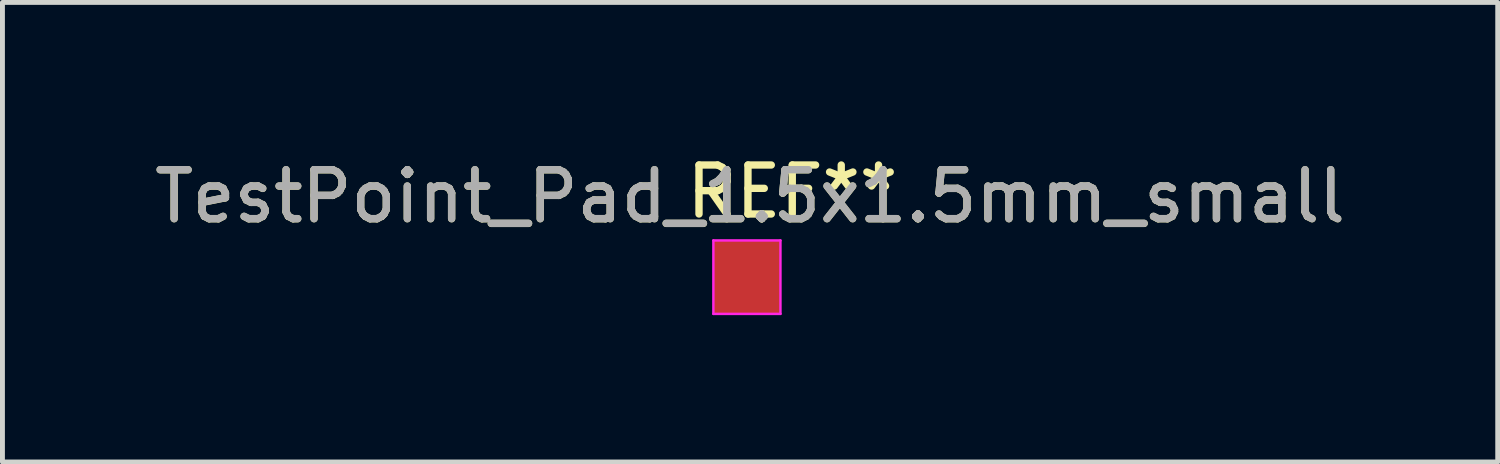
<source format=kicad_pcb>
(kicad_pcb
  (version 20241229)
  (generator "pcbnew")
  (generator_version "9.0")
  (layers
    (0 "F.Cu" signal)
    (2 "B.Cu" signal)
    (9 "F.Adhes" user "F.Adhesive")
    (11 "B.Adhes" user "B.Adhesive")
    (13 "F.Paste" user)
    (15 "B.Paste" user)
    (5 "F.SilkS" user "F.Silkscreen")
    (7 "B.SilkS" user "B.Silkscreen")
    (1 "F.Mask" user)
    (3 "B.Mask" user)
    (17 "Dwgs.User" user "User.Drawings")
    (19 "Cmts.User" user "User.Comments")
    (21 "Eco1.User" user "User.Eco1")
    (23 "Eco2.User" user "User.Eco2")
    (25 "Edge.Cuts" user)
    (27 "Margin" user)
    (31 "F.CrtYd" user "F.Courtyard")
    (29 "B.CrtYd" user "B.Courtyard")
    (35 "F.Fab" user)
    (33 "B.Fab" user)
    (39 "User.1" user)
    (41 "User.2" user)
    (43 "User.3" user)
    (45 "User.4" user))
  (footprint "TestPoint_Pad_1.5x1.5mm_small"
    (layer "F.Cu")
    (at 12.268 2.61)
    (property "Reference" "TestPoint_Pad_1.5x1.5mm_small" (at 0 -1.648 0) (layer "F.SilkS") (effects (font (size 1 1) (thickness 0.15))))
    (attr exclude_from_pos_files exclude_from_bom)
    (fp_line (start -0.75 -0.75) (end -0.75 0.75) (stroke (width 0.05) (type solid)) (layer "F.CrtYd"))
    (fp_line (start -0.75 -0.75) (end 0.62 -0.75) (stroke (width 0.05) (type solid)) (layer "F.CrtYd"))
    (fp_line (start 0.62 0.75) (end -0.75 0.75) (stroke (width 0.05) (type solid)) (layer "F.CrtYd"))
    (fp_line (start 0.62 0.75) (end 0.62 -0.75) (stroke (width 0.05) (type solid)) (layer "F.CrtYd"))
    (fp_text user "REF**" (at -1.38 -1.16 0) (unlocked yes) (layer "F.SilkS") (effects (font (size 1 1) (thickness 0.15)) (justify left bottom)))
    (fp_text user "${REFERENCE}" (at 0 -1.65 0) (layer "F.Fab") (effects (font (size 1 1) (thickness 0.15))))
    (pad "1" smd rect (at -0.065 0) (size 1.37 1.5) (layers "F.Cu" "F.Mask")))
  (gr_rect
    (start -3 -3)
    (end 27.536 6.385)
    (stroke (width 0.1) (type default))
    (fill no)
    (layer "Edge.Cuts")))
</source>
